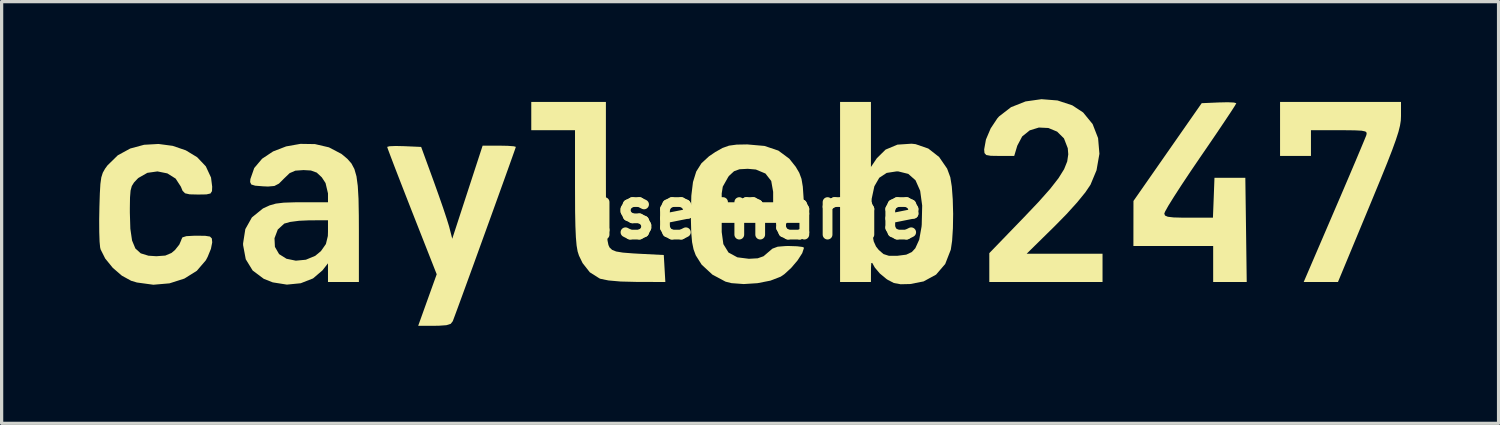
<source format=kicad_pcb>
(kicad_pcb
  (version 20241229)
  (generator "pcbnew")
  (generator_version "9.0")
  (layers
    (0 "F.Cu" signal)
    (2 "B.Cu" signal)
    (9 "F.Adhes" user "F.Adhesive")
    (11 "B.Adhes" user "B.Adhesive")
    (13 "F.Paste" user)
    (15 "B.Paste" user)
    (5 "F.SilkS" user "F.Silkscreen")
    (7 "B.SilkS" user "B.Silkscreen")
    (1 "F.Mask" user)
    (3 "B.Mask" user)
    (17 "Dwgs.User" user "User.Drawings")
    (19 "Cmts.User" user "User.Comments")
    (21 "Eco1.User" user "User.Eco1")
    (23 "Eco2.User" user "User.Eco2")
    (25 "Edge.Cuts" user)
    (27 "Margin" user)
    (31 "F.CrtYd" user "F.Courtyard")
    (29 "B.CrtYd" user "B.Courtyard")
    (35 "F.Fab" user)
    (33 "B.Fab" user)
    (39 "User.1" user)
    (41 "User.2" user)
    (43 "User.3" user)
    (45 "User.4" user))
  (footprint "username"
    (layer "F.Cu")
    (at 19.934 3.486)
    (property "Reference" "username" (at 0 0 0) (layer "F.SilkS") (effects (font (size 1.5 1.5) (thickness 0.3))))
    (attr board_only exclude_from_pos_files exclude_from_bom)
    (fp_poly (pts (xy 20.098 -2.968) (xy 20.092 -2.828) (xy 20.067 -2.671) (xy 20.019 -2.479) (xy 19.94 -2.234) (xy 19.826 -1.919) (xy 19.669 -1.516) (xy 19.463 -1.008) (xy 19.202 -0.375) (xy 19.129 -0.199) (xy 18.16 2.135) (xy 17.633 2.136) (xy 17.106 2.136) (xy 18.048 -0.056) (xy 18.287 -0.612) (xy 18.506 -1.125) (xy 18.698 -1.577) (xy 18.854 -1.948) (xy 18.967 -2.219) (xy 19.028 -2.369) (xy 19.035 -2.39) (xy 19.043 -2.452) (xy 19.003 -2.493) (xy 18.888 -2.517) (xy 18.674 -2.528) (xy 18.335 -2.532) (xy 18.205 -2.532) (xy 17.329 -2.532) (xy 17.329 -2.136) (xy 17.329 -1.741) (xy 16.854 -1.741) (xy 16.379 -1.741) (xy 16.379 -2.572) (xy 16.379 -3.402) (xy 18.239 -3.402) (xy 20.098 -3.402)) (stroke (width 0) (type solid)) (fill yes) (layer "F.SilkS"))
    (fp_poly (pts (xy -4.352 -1.242) (xy -4.351 -0.571) (xy -4.346 -0.042) (xy -4.336 0.363) (xy -4.322 0.66) (xy -4.301 0.866) (xy -4.274 0.998) (xy -4.24 1.073) (xy -4.162 1.147) (xy -4.036 1.198) (xy -3.829 1.232) (xy -3.508 1.257) (xy -3.35 1.266) (xy -2.572 1.306) (xy -2.548 1.721) (xy -2.524 2.136) (xy -3.418 2.133) (xy -3.9 2.121) (xy -4.274 2.088) (xy -4.518 2.038) (xy -4.55 2.025) (xy -4.846 1.838) (xy -5.069 1.554) (xy -5.18 1.325) (xy -5.222 1.194) (xy -5.253 1.014) (xy -5.275 0.763) (xy -5.29 0.421) (xy -5.299 -0.034) (xy -5.301 -0.622) (xy -5.302 -0.749) (xy -5.302 -2.532) (xy -5.974 -2.532) (xy -6.647 -2.532) (xy -6.647 -2.967) (xy -6.647 -3.402) (xy -5.499 -3.402) (xy -4.352 -3.402)) (stroke (width 0) (type solid)) (fill yes) (layer "F.SilkS"))
    (fp_poly (pts (xy 14.96 -3.383) (xy 15.034 -3.362) (xy 15.034 -3.362) (xy 14.991 -3.286) (xy 14.87 -3.098) (xy 14.683 -2.817) (xy 14.443 -2.46) (xy 14.161 -2.046) (xy 13.926 -1.704) (xy 13.62 -1.254) (xy 13.346 -0.842) (xy 13.117 -0.488) (xy 12.945 -0.211) (xy 12.843 -0.029) (xy 12.819 0.032) (xy 12.841 0.092) (xy 12.926 0.129) (xy 13.103 0.15) (xy 13.397 0.158) (xy 13.567 0.158) (xy 14.315 0.158) (xy 14.339 -0.455) (xy 14.362 -1.068) (xy 14.836 -1.068) (xy 15.311 -1.068) (xy 15.333 0.534) (xy 15.354 2.136) (xy 14.838 2.136) (xy 14.322 2.136) (xy 14.322 1.583) (xy 14.322 1.029) (xy 13.096 1.029) (xy 11.869 1.029) (xy 11.87 0.336) (xy 11.871 -0.356) (xy 12.92 -1.86) (xy 13.969 -3.363) (xy 14.502 -3.386) (xy 14.769 -3.392)) (stroke (width 0) (type solid)) (fill yes) (layer "F.SilkS"))
    (fp_poly (pts (xy -7.371 -2.052) (xy -7.187 -2.038) (xy -7.121 -2.02) (xy -7.147 -1.942) (xy -7.22 -1.736) (xy -7.332 -1.422) (xy -7.476 -1.02) (xy -7.645 -0.551) (xy -7.831 -0.035) (xy -8.027 0.507) (xy -8.226 1.056) (xy -8.419 1.59) (xy -8.601 2.089) (xy -8.763 2.534) (xy -8.898 2.903) (xy -8.999 3.176) (xy -9.058 3.334) (xy -9.062 3.343) (xy -9.124 3.422) (xy -9.257 3.464) (xy -9.497 3.481) (xy -9.62 3.482) (xy -10.124 3.482) (xy -9.84 2.69) (xy -9.555 1.898) (xy -10.317 -0.038) (xy -10.52 -0.557) (xy -10.703 -1.027) (xy -10.858 -1.428) (xy -10.977 -1.741) (xy -11.053 -1.944) (xy -11.078 -2.019) (xy -11.006 -2.039) (xy -10.817 -2.047) (xy -10.555 -2.041) (xy -10.033 -2.018) (xy -9.643 -0.95) (xy -9.494 -0.533) (xy -9.357 -0.14) (xy -9.247 0.192) (xy -9.175 0.424) (xy -9.165 0.462) (xy -9.077 0.806) (xy -8.61 -0.626) (xy -8.143 -2.057) (xy -7.632 -2.057)) (stroke (width 0) (type solid)) (fill yes) (layer "F.SilkS"))
    (fp_poly (pts (xy 9.535 -3.447) (xy 9.99 -3.297) (xy 10.323 -3.078) (xy 10.615 -2.721) (xy 10.783 -2.289) (xy 10.824 -1.807) (xy 10.735 -1.3) (xy 10.55 -0.856) (xy 10.393 -0.623) (xy 10.141 -0.314) (xy 9.815 0.046) (xy 9.457 0.411) (xy 8.587 1.266) (xy 9.754 1.266) (xy 10.92 1.266) (xy 10.92 1.701) (xy 10.92 2.136) (xy 9.179 2.136) (xy 7.438 2.136) (xy 7.438 1.692) (xy 7.438 1.248) (xy 8.497 0.153) (xy 8.958 -0.332) (xy 9.311 -0.73) (xy 9.567 -1.058) (xy 9.738 -1.333) (xy 9.834 -1.571) (xy 9.866 -1.791) (xy 9.851 -1.978) (xy 9.734 -2.28) (xy 9.524 -2.488) (xy 9.255 -2.6) (xy 8.963 -2.614) (xy 8.682 -2.528) (xy 8.449 -2.34) (xy 8.299 -2.057) (xy 8.204 -1.741) (xy 7.742 -1.741) (xy 7.483 -1.745) (xy 7.345 -1.769) (xy 7.29 -1.829) (xy 7.28 -1.941) (xy 7.335 -2.246) (xy 7.48 -2.587) (xy 7.685 -2.896) (xy 7.739 -2.957) (xy 8.106 -3.24) (xy 8.553 -3.417) (xy 9.043 -3.486)) (stroke (width 0) (type solid)) (fill yes) (layer "F.SilkS"))
    (fp_poly (pts (xy 3.798 -2.402) (xy 3.798 -1.401) (xy 3.979 -1.67) (xy 4.249 -1.936) (xy 4.613 -2.088) (xy 5.047 -2.117) (xy 5.172 -2.103) (xy 5.562 -1.968) (xy 5.895 -1.708) (xy 6.141 -1.351) (xy 6.239 -1.085) (xy 6.285 -0.798) (xy 6.314 -0.405) (xy 6.326 0.039) (xy 6.319 0.482) (xy 6.294 0.872) (xy 6.254 1.141) (xy 6.082 1.582) (xy 5.801 1.909) (xy 5.417 2.118) (xy 5.006 2.198) (xy 4.712 2.205) (xy 4.504 2.167) (xy 4.313 2.068) (xy 4.274 2.042) (xy 4.072 1.874) (xy 3.92 1.695) (xy 3.899 1.659) (xy 3.838 1.549) (xy 3.809 1.553) (xy 3.8 1.69) (xy 3.799 1.8) (xy 3.798 2.136) (xy 3.323 2.136) (xy 2.849 2.136) (xy 2.849 0.094) (xy 3.805 0.094) (xy 3.815 0.323) (xy 3.842 0.662) (xy 3.884 0.888) (xy 3.954 1.044) (xy 4.04 1.152) (xy 4.183 1.276) (xy 4.346 1.329) (xy 4.593 1.33) (xy 4.618 1.329) (xy 4.884 1.295) (xy 5.054 1.215) (xy 5.163 1.098) (xy 5.283 0.834) (xy 5.354 0.438) (xy 5.36 0.374) (xy 5.374 -0.215) (xy 5.312 -0.669) (xy 5.169 -0.992) (xy 4.946 -1.189) (xy 4.638 -1.265) (xy 4.589 -1.266) (xy 4.282 -1.219) (xy 4.054 -1.069) (xy 3.903 -0.807) (xy 3.821 -0.423) (xy 3.805 0.094) (xy 2.849 0.094) (xy 2.849 -0.633) (xy 2.849 -3.402) (xy 3.323 -3.402) (xy 3.798 -3.402)) (stroke (width 0) (type solid)) (fill yes) (layer "F.SilkS"))
    (fp_poly (pts (xy 0.527 -2.048) (xy 0.951 -1.905) (xy 1.287 -1.656) (xy 1.484 -1.409) (xy 1.594 -1.222) (xy 1.663 -1.035) (xy 1.703 -0.798) (xy 1.726 -0.461) (xy 1.729 -0.382) (xy 1.757 0.317) (xy 0.483 0.317) (xy -0.791 0.317) (xy -0.791 0.599) (xy -0.74 0.971) (xy -0.582 1.229) (xy -0.31 1.377) (xy 0.046 1.422) (xy 0.316 1.407) (xy 0.495 1.344) (xy 0.633 1.226) (xy 0.769 1.11) (xy 0.931 1.05) (xy 1.175 1.03) (xy 1.28 1.029) (xy 1.526 1.037) (xy 1.693 1.058) (xy 1.741 1.081) (xy 1.685 1.25) (xy 1.541 1.473) (xy 1.345 1.703) (xy 1.135 1.896) (xy 1.023 1.972) (xy 0.707 2.094) (xy 0.307 2.172) (xy -0.113 2.199) (xy -0.491 2.171) (xy -0.673 2.125) (xy -1.077 1.909) (xy -1.408 1.602) (xy -1.589 1.315) (xy -1.657 1.13) (xy -1.702 0.91) (xy -1.727 0.617) (xy -1.738 0.216) (xy -1.739 0.032) (xy -1.725 -0.516) (xy -1.717 -0.587) (xy -0.791 -0.587) (xy -0.791 -0.317) (xy 0 -0.317) (xy 0.791 -0.317) (xy 0.791 -0.637) (xy 0.732 -0.971) (xy 0.554 -1.2) (xy 0.26 -1.323) (xy 0.011 -1.345) (xy -0.245 -1.331) (xy -0.412 -1.27) (xy -0.559 -1.134) (xy -0.586 -1.102) (xy -0.758 -0.796) (xy -0.791 -0.587) (xy -1.717 -0.587) (xy -1.674 -0.938) (xy -1.574 -1.261) (xy -1.414 -1.515) (xy -1.181 -1.73) (xy -0.989 -1.86) (xy -0.766 -1.986) (xy -0.567 -2.057) (xy -0.331 -2.089) (xy -0.006 -2.095)) (stroke (width 0) (type solid)) (fill yes) (layer "F.SilkS"))
    (fp_poly (pts (xy -17.674 -2.051) (xy -17.27 -1.913) (xy -16.922 -1.702) (xy -16.655 -1.421) (xy -16.495 -1.077) (xy -16.459 -0.795) (xy -16.465 -0.658) (xy -16.512 -0.586) (xy -16.637 -0.558) (xy -16.879 -0.554) (xy -16.898 -0.554) (xy -17.152 -0.56) (xy -17.294 -0.592) (xy -17.371 -0.671) (xy -17.421 -0.794) (xy -17.583 -1.044) (xy -17.838 -1.204) (xy -18.142 -1.265) (xy -18.453 -1.221) (xy -18.728 -1.064) (xy -18.759 -1.035) (xy -18.864 -0.923) (xy -18.931 -0.815) (xy -18.969 -0.675) (xy -18.986 -0.463) (xy -18.991 -0.144) (xy -18.991 -0.001) (xy -18.976 0.498) (xy -18.923 0.86) (xy -18.821 1.105) (xy -18.657 1.254) (xy -18.42 1.327) (xy -18.176 1.343) (xy -17.901 1.323) (xy -17.711 1.243) (xy -17.602 1.151) (xy -17.47 0.985) (xy -17.409 0.844) (xy -17.408 0.834) (xy -17.375 0.764) (xy -17.253 0.726) (xy -17.013 0.713) (xy -16.933 0.712) (xy -16.67 0.716) (xy -16.528 0.738) (xy -16.47 0.796) (xy -16.459 0.905) (xy -16.459 0.923) (xy -16.498 1.117) (xy -16.599 1.364) (xy -16.655 1.469) (xy -16.932 1.792) (xy -17.315 2.031) (xy -17.771 2.177) (xy -18.268 2.22) (xy -18.774 2.151) (xy -18.951 2.098) (xy -19.236 1.942) (xy -19.517 1.699) (xy -19.749 1.414) (xy -19.89 1.134) (xy -19.905 1.072) (xy -19.922 0.893) (xy -19.932 0.597) (xy -19.934 0.226) (xy -19.927 -0.173) (xy -19.914 -0.588) (xy -19.897 -0.879) (xy -19.869 -1.08) (xy -19.823 -1.225) (xy -19.753 -1.349) (xy -19.678 -1.451) (xy -19.362 -1.76) (xy -18.979 -1.969) (xy -18.553 -2.084) (xy -18.11 -2.109)) (stroke (width 0) (type solid)) (fill yes) (layer "F.SilkS"))
    (fp_poly (pts (xy -13.298 -2.105) (xy -12.869 -2.005) (xy -12.489 -1.806) (xy -12.464 -1.787) (xy -12.302 -1.651) (xy -12.177 -1.509) (xy -12.086 -1.338) (xy -12.022 -1.114) (xy -11.982 -0.817) (xy -11.959 -0.422) (xy -11.95 0.092) (xy -11.948 0.546) (xy -11.948 2.136) (xy -12.423 2.136) (xy -12.898 2.136) (xy -12.898 1.849) (xy -12.898 1.561) (xy -13.069 1.779) (xy -13.358 2.026) (xy -13.736 2.174) (xy -14.162 2.216) (xy -14.597 2.147) (xy -14.873 2.038) (xy -15.214 1.783) (xy -15.427 1.436) (xy -15.508 1.003) (xy -15.509 0.95) (xy -15.484 0.789) (xy -14.543 0.789) (xy -14.53 1.055) (xy -14.402 1.278) (xy -14.174 1.421) (xy -13.887 1.48) (xy -13.579 1.451) (xy -13.29 1.331) (xy -13.115 1.186) (xy -12.962 0.968) (xy -12.902 0.721) (xy -12.898 0.592) (xy -12.898 0.237) (xy -13.471 0.239) (xy -13.787 0.253) (xy -14.063 0.289) (xy -14.241 0.339) (xy -14.242 0.339) (xy -14.442 0.522) (xy -14.543 0.789) (xy -15.484 0.789) (xy -15.44 0.51) (xy -15.238 0.15) (xy -14.907 -0.119) (xy -14.875 -0.137) (xy -14.691 -0.221) (xy -14.501 -0.275) (xy -14.26 -0.304) (xy -13.925 -0.315) (xy -13.716 -0.317) (xy -12.898 -0.317) (xy -12.898 -0.589) (xy -12.973 -0.907) (xy -13.089 -1.084) (xy -13.244 -1.228) (xy -13.423 -1.293) (xy -13.649 -1.306) (xy -13.902 -1.288) (xy -14.077 -1.212) (xy -14.252 -1.044) (xy -14.406 -0.89) (xy -14.547 -0.817) (xy -14.742 -0.8) (xy -14.898 -0.807) (xy -15.138 -0.826) (xy -15.257 -0.863) (xy -15.292 -0.937) (xy -15.285 -1.029) (xy -15.166 -1.369) (xy -14.924 -1.655) (xy -14.587 -1.879) (xy -14.185 -2.034) (xy -13.746 -2.112)) (stroke (width 0) (type solid)) (fill yes) (layer "F.SilkS")))
  (gr_rect
    (start -3 -3)
    (end 43.032 9.968)
    (stroke (width 0.1) (type default))
    (fill no)
    (layer "Edge.Cuts")))
</source>
